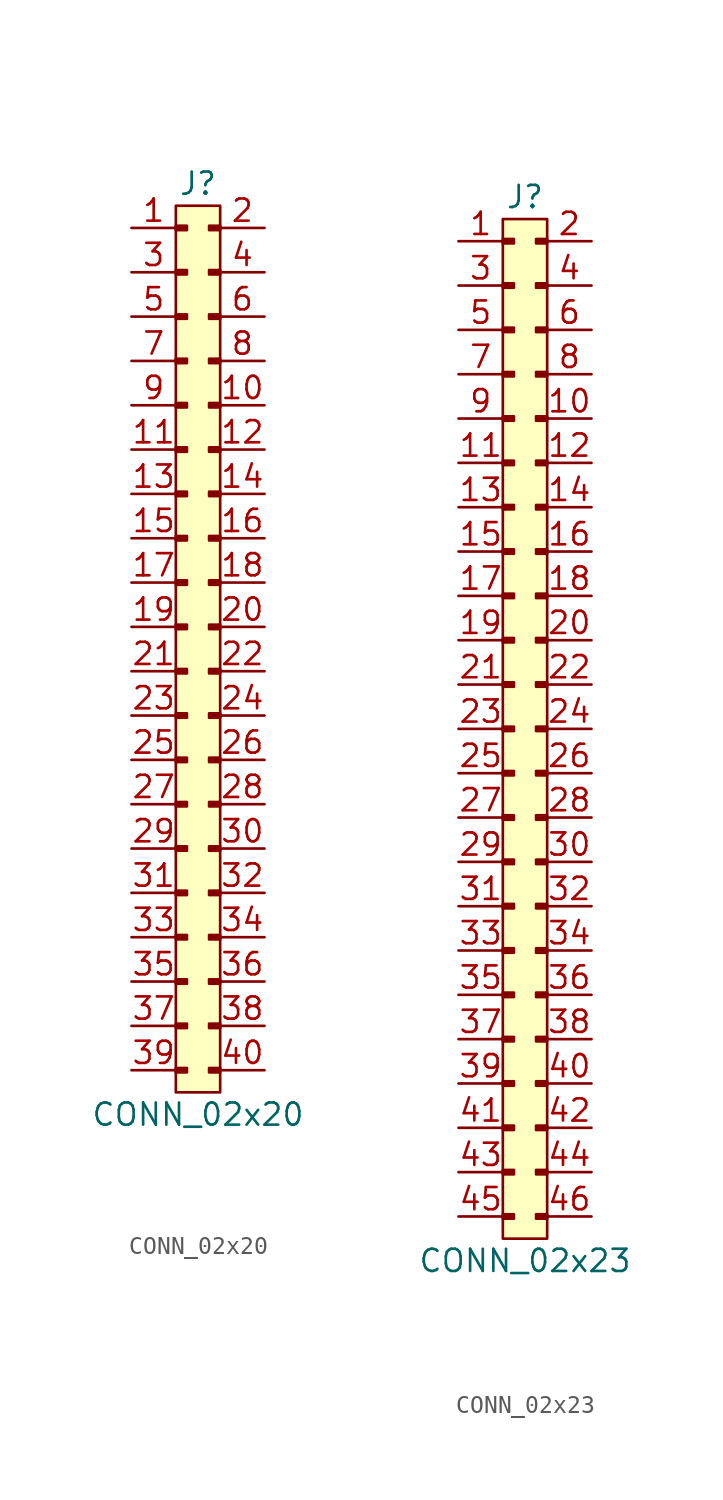
<source format=kicad_sym>
(kicad_symbol_lib
  (version 20211014)
  (generator agg_kicad.build_lib_connector)
  (symbol "CONN_02x20"
    (pin_names hide)
    (property Reference J
      (at -1.27 2.54 0)
      (effects (font (size 1.27 1.27))))
    (property Value "CONN_02x20"
      (at -1.27 -50.8 0)
      (effects (font (size 1.27 1.27))))
    (rectangle
      (start 0 -49.53)
      (end -2.54 1.27)
      (stroke (width 0) (type default) (color 0 0 0 0))
      (fill (type background)))
    (rectangle
      (start 0 0.127)
      (end -0.635 -0.127)
      (stroke (width 0) (type default) (color 0 0 0 0))
      (fill (type outline)))
    (rectangle
      (start -2.54 0.127)
      (end -1.905 -0.127)
      (stroke (width 0) (type default) (color 0 0 0 0))
      (fill (type outline)))
    (rectangle
      (start 0 -2.413)
      (end -0.635 -2.667)
      (stroke (width 0) (type default) (color 0 0 0 0))
      (fill (type outline)))
    (rectangle
      (start -2.54 -2.413)
      (end -1.905 -2.667)
      (stroke (width 0) (type default) (color 0 0 0 0))
      (fill (type outline)))
    (rectangle
      (start 0 -4.953)
      (end -0.635 -5.207)
      (stroke (width 0) (type default) (color 0 0 0 0))
      (fill (type outline)))
    (rectangle
      (start -2.54 -4.953)
      (end -1.905 -5.207)
      (stroke (width 0) (type default) (color 0 0 0 0))
      (fill (type outline)))
    (rectangle
      (start 0 -7.493)
      (end -0.635 -7.747)
      (stroke (width 0) (type default) (color 0 0 0 0))
      (fill (type outline)))
    (rectangle
      (start -2.54 -7.493)
      (end -1.905 -7.747)
      (stroke (width 0) (type default) (color 0 0 0 0))
      (fill (type outline)))
    (rectangle
      (start 0 -10.033)
      (end -0.635 -10.287)
      (stroke (width 0) (type default) (color 0 0 0 0))
      (fill (type outline)))
    (rectangle
      (start -2.54 -10.033)
      (end -1.905 -10.287)
      (stroke (width 0) (type default) (color 0 0 0 0))
      (fill (type outline)))
    (rectangle
      (start 0 -12.573)
      (end -0.635 -12.827)
      (stroke (width 0) (type default) (color 0 0 0 0))
      (fill (type outline)))
    (rectangle
      (start -2.54 -12.573)
      (end -1.905 -12.827)
      (stroke (width 0) (type default) (color 0 0 0 0))
      (fill (type outline)))
    (rectangle
      (start 0 -15.113)
      (end -0.635 -15.367)
      (stroke (width 0) (type default) (color 0 0 0 0))
      (fill (type outline)))
    (rectangle
      (start -2.54 -15.113)
      (end -1.905 -15.367)
      (stroke (width 0) (type default) (color 0 0 0 0))
      (fill (type outline)))
    (rectangle
      (start 0 -17.653)
      (end -0.635 -17.907)
      (stroke (width 0) (type default) (color 0 0 0 0))
      (fill (type outline)))
    (rectangle
      (start -2.54 -17.653)
      (end -1.905 -17.907)
      (stroke (width 0) (type default) (color 0 0 0 0))
      (fill (type outline)))
    (rectangle
      (start 0 -20.193)
      (end -0.635 -20.447)
      (stroke (width 0) (type default) (color 0 0 0 0))
      (fill (type outline)))
    (rectangle
      (start -2.54 -20.193)
      (end -1.905 -20.447)
      (stroke (width 0) (type default) (color 0 0 0 0))
      (fill (type outline)))
    (rectangle
      (start 0 -22.733)
      (end -0.635 -22.987)
      (stroke (width 0) (type default) (color 0 0 0 0))
      (fill (type outline)))
    (rectangle
      (start -2.54 -22.733)
      (end -1.905 -22.987)
      (stroke (width 0) (type default) (color 0 0 0 0))
      (fill (type outline)))
    (rectangle
      (start 0 -25.273)
      (end -0.635 -25.527)
      (stroke (width 0) (type default) (color 0 0 0 0))
      (fill (type outline)))
    (rectangle
      (start -2.54 -25.273)
      (end -1.905 -25.527)
      (stroke (width 0) (type default) (color 0 0 0 0))
      (fill (type outline)))
    (rectangle
      (start 0 -27.813)
      (end -0.635 -28.067)
      (stroke (width 0) (type default) (color 0 0 0 0))
      (fill (type outline)))
    (rectangle
      (start -2.54 -27.813)
      (end -1.905 -28.067)
      (stroke (width 0) (type default) (color 0 0 0 0))
      (fill (type outline)))
    (rectangle
      (start 0 -30.353)
      (end -0.635 -30.607)
      (stroke (width 0) (type default) (color 0 0 0 0))
      (fill (type outline)))
    (rectangle
      (start -2.54 -30.353)
      (end -1.905 -30.607)
      (stroke (width 0) (type default) (color 0 0 0 0))
      (fill (type outline)))
    (rectangle
      (start 0 -32.893)
      (end -0.635 -33.147)
      (stroke (width 0) (type default) (color 0 0 0 0))
      (fill (type outline)))
    (rectangle
      (start -2.54 -32.893)
      (end -1.905 -33.147)
      (stroke (width 0) (type default) (color 0 0 0 0))
      (fill (type outline)))
    (rectangle
      (start 0 -35.433)
      (end -0.635 -35.687)
      (stroke (width 0) (type default) (color 0 0 0 0))
      (fill (type outline)))
    (rectangle
      (start -2.54 -35.433)
      (end -1.905 -35.687)
      (stroke (width 0) (type default) (color 0 0 0 0))
      (fill (type outline)))
    (rectangle
      (start 0 -37.973)
      (end -0.635 -38.227)
      (stroke (width 0) (type default) (color 0 0 0 0))
      (fill (type outline)))
    (rectangle
      (start -2.54 -37.973)
      (end -1.905 -38.227)
      (stroke (width 0) (type default) (color 0 0 0 0))
      (fill (type outline)))
    (rectangle
      (start 0 -40.513)
      (end -0.635 -40.767)
      (stroke (width 0) (type default) (color 0 0 0 0))
      (fill (type outline)))
    (rectangle
      (start -2.54 -40.513)
      (end -1.905 -40.767)
      (stroke (width 0) (type default) (color 0 0 0 0))
      (fill (type outline)))
    (rectangle
      (start 0 -43.053)
      (end -0.635 -43.307)
      (stroke (width 0) (type default) (color 0 0 0 0))
      (fill (type outline)))
    (rectangle
      (start -2.54 -43.053)
      (end -1.905 -43.307)
      (stroke (width 0) (type default) (color 0 0 0 0))
      (fill (type outline)))
    (rectangle
      (start 0 -45.593)
      (end -0.635 -45.847)
      (stroke (width 0) (type default) (color 0 0 0 0))
      (fill (type outline)))
    (rectangle
      (start -2.54 -45.593)
      (end -1.905 -45.847)
      (stroke (width 0) (type default) (color 0 0 0 0))
      (fill (type outline)))
    (rectangle
      (start 0 -48.133)
      (end -0.635 -48.387)
      (stroke (width 0) (type default) (color 0 0 0 0))
      (fill (type outline)))
    (rectangle
      (start -2.54 -48.133)
      (end -1.905 -48.387)
      (stroke (width 0) (type default) (color 0 0 0 0))
      (fill (type outline)))
    (pin passive line
      (at 2.54 0 180)
      (length 2.54)
      (name "2" (effects (font (size 1.27 1.27))))
      (number "2" (effects (font (size 1.27 1.27)))))
    (pin passive line
      (at -5.08 0 0)
      (length 2.54)
      (name "1" (effects (font (size 1.27 1.27))))
      (number "1" (effects (font (size 1.27 1.27)))))
    (pin passive line
      (at 2.54 -2.54 180)
      (length 2.54)
      (name "4" (effects (font (size 1.27 1.27))))
      (number "4" (effects (font (size 1.27 1.27)))))
    (pin passive line
      (at -5.08 -2.54 0)
      (length 2.54)
      (name "3" (effects (font (size 1.27 1.27))))
      (number "3" (effects (font (size 1.27 1.27)))))
    (pin passive line
      (at 2.54 -5.08 180)
      (length 2.54)
      (name "6" (effects (font (size 1.27 1.27))))
      (number "6" (effects (font (size 1.27 1.27)))))
    (pin passive line
      (at -5.08 -5.08 0)
      (length 2.54)
      (name "5" (effects (font (size 1.27 1.27))))
      (number "5" (effects (font (size 1.27 1.27)))))
    (pin passive line
      (at 2.54 -7.62 180)
      (length 2.54)
      (name "8" (effects (font (size 1.27 1.27))))
      (number "8" (effects (font (size 1.27 1.27)))))
    (pin passive line
      (at -5.08 -7.62 0)
      (length 2.54)
      (name "7" (effects (font (size 1.27 1.27))))
      (number "7" (effects (font (size 1.27 1.27)))))
    (pin passive line
      (at 2.54 -10.16 180)
      (length 2.54)
      (name "10" (effects (font (size 1.27 1.27))))
      (number "10" (effects (font (size 1.27 1.27)))))
    (pin passive line
      (at -5.08 -10.16 0)
      (length 2.54)
      (name "9" (effects (font (size 1.27 1.27))))
      (number "9" (effects (font (size 1.27 1.27)))))
    (pin passive line
      (at 2.54 -12.7 180)
      (length 2.54)
      (name "12" (effects (font (size 1.27 1.27))))
      (number "12" (effects (font (size 1.27 1.27)))))
    (pin passive line
      (at -5.08 -12.7 0)
      (length 2.54)
      (name "11" (effects (font (size 1.27 1.27))))
      (number "11" (effects (font (size 1.27 1.27)))))
    (pin passive line
      (at 2.54 -15.24 180)
      (length 2.54)
      (name "14" (effects (font (size 1.27 1.27))))
      (number "14" (effects (font (size 1.27 1.27)))))
    (pin passive line
      (at -5.08 -15.24 0)
      (length 2.54)
      (name "13" (effects (font (size 1.27 1.27))))
      (number "13" (effects (font (size 1.27 1.27)))))
    (pin passive line
      (at 2.54 -17.78 180)
      (length 2.54)
      (name "16" (effects (font (size 1.27 1.27))))
      (number "16" (effects (font (size 1.27 1.27)))))
    (pin passive line
      (at -5.08 -17.78 0)
      (length 2.54)
      (name "15" (effects (font (size 1.27 1.27))))
      (number "15" (effects (font (size 1.27 1.27)))))
    (pin passive line
      (at 2.54 -20.32 180)
      (length 2.54)
      (name "18" (effects (font (size 1.27 1.27))))
      (number "18" (effects (font (size 1.27 1.27)))))
    (pin passive line
      (at -5.08 -20.32 0)
      (length 2.54)
      (name "17" (effects (font (size 1.27 1.27))))
      (number "17" (effects (font (size 1.27 1.27)))))
    (pin passive line
      (at 2.54 -22.86 180)
      (length 2.54)
      (name "20" (effects (font (size 1.27 1.27))))
      (number "20" (effects (font (size 1.27 1.27)))))
    (pin passive line
      (at -5.08 -22.86 0)
      (length 2.54)
      (name "19" (effects (font (size 1.27 1.27))))
      (number "19" (effects (font (size 1.27 1.27)))))
    (pin passive line
      (at 2.54 -25.4 180)
      (length 2.54)
      (name "22" (effects (font (size 1.27 1.27))))
      (number "22" (effects (font (size 1.27 1.27)))))
    (pin passive line
      (at -5.08 -25.4 0)
      (length 2.54)
      (name "21" (effects (font (size 1.27 1.27))))
      (number "21" (effects (font (size 1.27 1.27)))))
    (pin passive line
      (at 2.54 -27.94 180)
      (length 2.54)
      (name "24" (effects (font (size 1.27 1.27))))
      (number "24" (effects (font (size 1.27 1.27)))))
    (pin passive line
      (at -5.08 -27.94 0)
      (length 2.54)
      (name "23" (effects (font (size 1.27 1.27))))
      (number "23" (effects (font (size 1.27 1.27)))))
    (pin passive line
      (at 2.54 -30.48 180)
      (length 2.54)
      (name "26" (effects (font (size 1.27 1.27))))
      (number "26" (effects (font (size 1.27 1.27)))))
    (pin passive line
      (at -5.08 -30.48 0)
      (length 2.54)
      (name "25" (effects (font (size 1.27 1.27))))
      (number "25" (effects (font (size 1.27 1.27)))))
    (pin passive line
      (at 2.54 -33.02 180)
      (length 2.54)
      (name "28" (effects (font (size 1.27 1.27))))
      (number "28" (effects (font (size 1.27 1.27)))))
    (pin passive line
      (at -5.08 -33.02 0)
      (length 2.54)
      (name "27" (effects (font (size 1.27 1.27))))
      (number "27" (effects (font (size 1.27 1.27)))))
    (pin passive line
      (at 2.54 -35.56 180)
      (length 2.54)
      (name "30" (effects (font (size 1.27 1.27))))
      (number "30" (effects (font (size 1.27 1.27)))))
    (pin passive line
      (at -5.08 -35.56 0)
      (length 2.54)
      (name "29" (effects (font (size 1.27 1.27))))
      (number "29" (effects (font (size 1.27 1.27)))))
    (pin passive line
      (at 2.54 -38.1 180)
      (length 2.54)
      (name "32" (effects (font (size 1.27 1.27))))
      (number "32" (effects (font (size 1.27 1.27)))))
    (pin passive line
      (at -5.08 -38.1 0)
      (length 2.54)
      (name "31" (effects (font (size 1.27 1.27))))
      (number "31" (effects (font (size 1.27 1.27)))))
    (pin passive line
      (at 2.54 -40.64 180)
      (length 2.54)
      (name "34" (effects (font (size 1.27 1.27))))
      (number "34" (effects (font (size 1.27 1.27)))))
    (pin passive line
      (at -5.08 -40.64 0)
      (length 2.54)
      (name "33" (effects (font (size 1.27 1.27))))
      (number "33" (effects (font (size 1.27 1.27)))))
    (pin passive line
      (at 2.54 -43.18 180)
      (length 2.54)
      (name "36" (effects (font (size 1.27 1.27))))
      (number "36" (effects (font (size 1.27 1.27)))))
    (pin passive line
      (at -5.08 -43.18 0)
      (length 2.54)
      (name "35" (effects (font (size 1.27 1.27))))
      (number "35" (effects (font (size 1.27 1.27)))))
    (pin passive line
      (at 2.54 -45.72 180)
      (length 2.54)
      (name "38" (effects (font (size 1.27 1.27))))
      (number "38" (effects (font (size 1.27 1.27)))))
    (pin passive line
      (at -5.08 -45.72 0)
      (length 2.54)
      (name "37" (effects (font (size 1.27 1.27))))
      (number "37" (effects (font (size 1.27 1.27)))))
    (pin passive line
      (at 2.54 -48.26 180)
      (length 2.54)
      (name "40" (effects (font (size 1.27 1.27))))
      (number "40" (effects (font (size 1.27 1.27)))))
    (pin passive line
      (at -5.08 -48.26 0)
      (length 2.54)
      (name "39" (effects (font (size 1.27 1.27))))
      (number "39" (effects (font (size 1.27 1.27))))))
  (symbol "CONN_02x23"
    (pin_names hide)
    (property Reference J
      (at -1.27 2.54 0)
      (effects (font (size 1.27 1.27))))
    (property Value "CONN_02x23"
      (at -1.27 -58.42 0)
      (effects (font (size 1.27 1.27))))
    (rectangle
      (start 0 -57.15)
      (end -2.54 1.27)
      (stroke (width 0) (type default) (color 0 0 0 0))
      (fill (type background)))
    (rectangle
      (start 0 0.127)
      (end -0.635 -0.127)
      (stroke (width 0) (type default) (color 0 0 0 0))
      (fill (type outline)))
    (rectangle
      (start -2.54 0.127)
      (end -1.905 -0.127)
      (stroke (width 0) (type default) (color 0 0 0 0))
      (fill (type outline)))
    (rectangle
      (start 0 -2.413)
      (end -0.635 -2.667)
      (stroke (width 0) (type default) (color 0 0 0 0))
      (fill (type outline)))
    (rectangle
      (start -2.54 -2.413)
      (end -1.905 -2.667)
      (stroke (width 0) (type default) (color 0 0 0 0))
      (fill (type outline)))
    (rectangle
      (start 0 -4.953)
      (end -0.635 -5.207)
      (stroke (width 0) (type default) (color 0 0 0 0))
      (fill (type outline)))
    (rectangle
      (start -2.54 -4.953)
      (end -1.905 -5.207)
      (stroke (width 0) (type default) (color 0 0 0 0))
      (fill (type outline)))
    (rectangle
      (start 0 -7.493)
      (end -0.635 -7.747)
      (stroke (width 0) (type default) (color 0 0 0 0))
      (fill (type outline)))
    (rectangle
      (start -2.54 -7.493)
      (end -1.905 -7.747)
      (stroke (width 0) (type default) (color 0 0 0 0))
      (fill (type outline)))
    (rectangle
      (start 0 -10.033)
      (end -0.635 -10.287)
      (stroke (width 0) (type default) (color 0 0 0 0))
      (fill (type outline)))
    (rectangle
      (start -2.54 -10.033)
      (end -1.905 -10.287)
      (stroke (width 0) (type default) (color 0 0 0 0))
      (fill (type outline)))
    (rectangle
      (start 0 -12.573)
      (end -0.635 -12.827)
      (stroke (width 0) (type default) (color 0 0 0 0))
      (fill (type outline)))
    (rectangle
      (start -2.54 -12.573)
      (end -1.905 -12.827)
      (stroke (width 0) (type default) (color 0 0 0 0))
      (fill (type outline)))
    (rectangle
      (start 0 -15.113)
      (end -0.635 -15.367)
      (stroke (width 0) (type default) (color 0 0 0 0))
      (fill (type outline)))
    (rectangle
      (start -2.54 -15.113)
      (end -1.905 -15.367)
      (stroke (width 0) (type default) (color 0 0 0 0))
      (fill (type outline)))
    (rectangle
      (start 0 -17.653)
      (end -0.635 -17.907)
      (stroke (width 0) (type default) (color 0 0 0 0))
      (fill (type outline)))
    (rectangle
      (start -2.54 -17.653)
      (end -1.905 -17.907)
      (stroke (width 0) (type default) (color 0 0 0 0))
      (fill (type outline)))
    (rectangle
      (start 0 -20.193)
      (end -0.635 -20.447)
      (stroke (width 0) (type default) (color 0 0 0 0))
      (fill (type outline)))
    (rectangle
      (start -2.54 -20.193)
      (end -1.905 -20.447)
      (stroke (width 0) (type default) (color 0 0 0 0))
      (fill (type outline)))
    (rectangle
      (start 0 -22.733)
      (end -0.635 -22.987)
      (stroke (width 0) (type default) (color 0 0 0 0))
      (fill (type outline)))
    (rectangle
      (start -2.54 -22.733)
      (end -1.905 -22.987)
      (stroke (width 0) (type default) (color 0 0 0 0))
      (fill (type outline)))
    (rectangle
      (start 0 -25.273)
      (end -0.635 -25.527)
      (stroke (width 0) (type default) (color 0 0 0 0))
      (fill (type outline)))
    (rectangle
      (start -2.54 -25.273)
      (end -1.905 -25.527)
      (stroke (width 0) (type default) (color 0 0 0 0))
      (fill (type outline)))
    (rectangle
      (start 0 -27.813)
      (end -0.635 -28.067)
      (stroke (width 0) (type default) (color 0 0 0 0))
      (fill (type outline)))
    (rectangle
      (start -2.54 -27.813)
      (end -1.905 -28.067)
      (stroke (width 0) (type default) (color 0 0 0 0))
      (fill (type outline)))
    (rectangle
      (start 0 -30.353)
      (end -0.635 -30.607)
      (stroke (width 0) (type default) (color 0 0 0 0))
      (fill (type outline)))
    (rectangle
      (start -2.54 -30.353)
      (end -1.905 -30.607)
      (stroke (width 0) (type default) (color 0 0 0 0))
      (fill (type outline)))
    (rectangle
      (start 0 -32.893)
      (end -0.635 -33.147)
      (stroke (width 0) (type default) (color 0 0 0 0))
      (fill (type outline)))
    (rectangle
      (start -2.54 -32.893)
      (end -1.905 -33.147)
      (stroke (width 0) (type default) (color 0 0 0 0))
      (fill (type outline)))
    (rectangle
      (start 0 -35.433)
      (end -0.635 -35.687)
      (stroke (width 0) (type default) (color 0 0 0 0))
      (fill (type outline)))
    (rectangle
      (start -2.54 -35.433)
      (end -1.905 -35.687)
      (stroke (width 0) (type default) (color 0 0 0 0))
      (fill (type outline)))
    (rectangle
      (start 0 -37.973)
      (end -0.635 -38.227)
      (stroke (width 0) (type default) (color 0 0 0 0))
      (fill (type outline)))
    (rectangle
      (start -2.54 -37.973)
      (end -1.905 -38.227)
      (stroke (width 0) (type default) (color 0 0 0 0))
      (fill (type outline)))
    (rectangle
      (start 0 -40.513)
      (end -0.635 -40.767)
      (stroke (width 0) (type default) (color 0 0 0 0))
      (fill (type outline)))
    (rectangle
      (start -2.54 -40.513)
      (end -1.905 -40.767)
      (stroke (width 0) (type default) (color 0 0 0 0))
      (fill (type outline)))
    (rectangle
      (start 0 -43.053)
      (end -0.635 -43.307)
      (stroke (width 0) (type default) (color 0 0 0 0))
      (fill (type outline)))
    (rectangle
      (start -2.54 -43.053)
      (end -1.905 -43.307)
      (stroke (width 0) (type default) (color 0 0 0 0))
      (fill (type outline)))
    (rectangle
      (start 0 -45.593)
      (end -0.635 -45.847)
      (stroke (width 0) (type default) (color 0 0 0 0))
      (fill (type outline)))
    (rectangle
      (start -2.54 -45.593)
      (end -1.905 -45.847)
      (stroke (width 0) (type default) (color 0 0 0 0))
      (fill (type outline)))
    (rectangle
      (start 0 -48.133)
      (end -0.635 -48.387)
      (stroke (width 0) (type default) (color 0 0 0 0))
      (fill (type outline)))
    (rectangle
      (start -2.54 -48.133)
      (end -1.905 -48.387)
      (stroke (width 0) (type default) (color 0 0 0 0))
      (fill (type outline)))
    (rectangle
      (start 0 -50.673)
      (end -0.635 -50.927)
      (stroke (width 0) (type default) (color 0 0 0 0))
      (fill (type outline)))
    (rectangle
      (start -2.54 -50.673)
      (end -1.905 -50.927)
      (stroke (width 0) (type default) (color 0 0 0 0))
      (fill (type outline)))
    (rectangle
      (start 0 -53.213)
      (end -0.635 -53.467)
      (stroke (width 0) (type default) (color 0 0 0 0))
      (fill (type outline)))
    (rectangle
      (start -2.54 -53.213)
      (end -1.905 -53.467)
      (stroke (width 0) (type default) (color 0 0 0 0))
      (fill (type outline)))
    (rectangle
      (start 0 -55.753)
      (end -0.635 -56.007)
      (stroke (width 0) (type default) (color 0 0 0 0))
      (fill (type outline)))
    (rectangle
      (start -2.54 -55.753)
      (end -1.905 -56.007)
      (stroke (width 0) (type default) (color 0 0 0 0))
      (fill (type outline)))
    (pin passive line
      (at 2.54 0 180)
      (length 2.54)
      (name "2" (effects (font (size 1.27 1.27))))
      (number "2" (effects (font (size 1.27 1.27)))))
    (pin passive line
      (at -5.08 0 0)
      (length 2.54)
      (name "1" (effects (font (size 1.27 1.27))))
      (number "1" (effects (font (size 1.27 1.27)))))
    (pin passive line
      (at 2.54 -2.54 180)
      (length 2.54)
      (name "4" (effects (font (size 1.27 1.27))))
      (number "4" (effects (font (size 1.27 1.27)))))
    (pin passive line
      (at -5.08 -2.54 0)
      (length 2.54)
      (name "3" (effects (font (size 1.27 1.27))))
      (number "3" (effects (font (size 1.27 1.27)))))
    (pin passive line
      (at 2.54 -5.08 180)
      (length 2.54)
      (name "6" (effects (font (size 1.27 1.27))))
      (number "6" (effects (font (size 1.27 1.27)))))
    (pin passive line
      (at -5.08 -5.08 0)
      (length 2.54)
      (name "5" (effects (font (size 1.27 1.27))))
      (number "5" (effects (font (size 1.27 1.27)))))
    (pin passive line
      (at 2.54 -7.62 180)
      (length 2.54)
      (name "8" (effects (font (size 1.27 1.27))))
      (number "8" (effects (font (size 1.27 1.27)))))
    (pin passive line
      (at -5.08 -7.62 0)
      (length 2.54)
      (name "7" (effects (font (size 1.27 1.27))))
      (number "7" (effects (font (size 1.27 1.27)))))
    (pin passive line
      (at 2.54 -10.16 180)
      (length 2.54)
      (name "10" (effects (font (size 1.27 1.27))))
      (number "10" (effects (font (size 1.27 1.27)))))
    (pin passive line
      (at -5.08 -10.16 0)
      (length 2.54)
      (name "9" (effects (font (size 1.27 1.27))))
      (number "9" (effects (font (size 1.27 1.27)))))
    (pin passive line
      (at 2.54 -12.7 180)
      (length 2.54)
      (name "12" (effects (font (size 1.27 1.27))))
      (number "12" (effects (font (size 1.27 1.27)))))
    (pin passive line
      (at -5.08 -12.7 0)
      (length 2.54)
      (name "11" (effects (font (size 1.27 1.27))))
      (number "11" (effects (font (size 1.27 1.27)))))
    (pin passive line
      (at 2.54 -15.24 180)
      (length 2.54)
      (name "14" (effects (font (size 1.27 1.27))))
      (number "14" (effects (font (size 1.27 1.27)))))
    (pin passive line
      (at -5.08 -15.24 0)
      (length 2.54)
      (name "13" (effects (font (size 1.27 1.27))))
      (number "13" (effects (font (size 1.27 1.27)))))
    (pin passive line
      (at 2.54 -17.78 180)
      (length 2.54)
      (name "16" (effects (font (size 1.27 1.27))))
      (number "16" (effects (font (size 1.27 1.27)))))
    (pin passive line
      (at -5.08 -17.78 0)
      (length 2.54)
      (name "15" (effects (font (size 1.27 1.27))))
      (number "15" (effects (font (size 1.27 1.27)))))
    (pin passive line
      (at 2.54 -20.32 180)
      (length 2.54)
      (name "18" (effects (font (size 1.27 1.27))))
      (number "18" (effects (font (size 1.27 1.27)))))
    (pin passive line
      (at -5.08 -20.32 0)
      (length 2.54)
      (name "17" (effects (font (size 1.27 1.27))))
      (number "17" (effects (font (size 1.27 1.27)))))
    (pin passive line
      (at 2.54 -22.86 180)
      (length 2.54)
      (name "20" (effects (font (size 1.27 1.27))))
      (number "20" (effects (font (size 1.27 1.27)))))
    (pin passive line
      (at -5.08 -22.86 0)
      (length 2.54)
      (name "19" (effects (font (size 1.27 1.27))))
      (number "19" (effects (font (size 1.27 1.27)))))
    (pin passive line
      (at 2.54 -25.4 180)
      (length 2.54)
      (name "22" (effects (font (size 1.27 1.27))))
      (number "22" (effects (font (size 1.27 1.27)))))
    (pin passive line
      (at -5.08 -25.4 0)
      (length 2.54)
      (name "21" (effects (font (size 1.27 1.27))))
      (number "21" (effects (font (size 1.27 1.27)))))
    (pin passive line
      (at 2.54 -27.94 180)
      (length 2.54)
      (name "24" (effects (font (size 1.27 1.27))))
      (number "24" (effects (font (size 1.27 1.27)))))
    (pin passive line
      (at -5.08 -27.94 0)
      (length 2.54)
      (name "23" (effects (font (size 1.27 1.27))))
      (number "23" (effects (font (size 1.27 1.27)))))
    (pin passive line
      (at 2.54 -30.48 180)
      (length 2.54)
      (name "26" (effects (font (size 1.27 1.27))))
      (number "26" (effects (font (size 1.27 1.27)))))
    (pin passive line
      (at -5.08 -30.48 0)
      (length 2.54)
      (name "25" (effects (font (size 1.27 1.27))))
      (number "25" (effects (font (size 1.27 1.27)))))
    (pin passive line
      (at 2.54 -33.02 180)
      (length 2.54)
      (name "28" (effects (font (size 1.27 1.27))))
      (number "28" (effects (font (size 1.27 1.27)))))
    (pin passive line
      (at -5.08 -33.02 0)
      (length 2.54)
      (name "27" (effects (font (size 1.27 1.27))))
      (number "27" (effects (font (size 1.27 1.27)))))
    (pin passive line
      (at 2.54 -35.56 180)
      (length 2.54)
      (name "30" (effects (font (size 1.27 1.27))))
      (number "30" (effects (font (size 1.27 1.27)))))
    (pin passive line
      (at -5.08 -35.56 0)
      (length 2.54)
      (name "29" (effects (font (size 1.27 1.27))))
      (number "29" (effects (font (size 1.27 1.27)))))
    (pin passive line
      (at 2.54 -38.1 180)
      (length 2.54)
      (name "32" (effects (font (size 1.27 1.27))))
      (number "32" (effects (font (size 1.27 1.27)))))
    (pin passive line
      (at -5.08 -38.1 0)
      (length 2.54)
      (name "31" (effects (font (size 1.27 1.27))))
      (number "31" (effects (font (size 1.27 1.27)))))
    (pin passive line
      (at 2.54 -40.64 180)
      (length 2.54)
      (name "34" (effects (font (size 1.27 1.27))))
      (number "34" (effects (font (size 1.27 1.27)))))
    (pin passive line
      (at -5.08 -40.64 0)
      (length 2.54)
      (name "33" (effects (font (size 1.27 1.27))))
      (number "33" (effects (font (size 1.27 1.27)))))
    (pin passive line
      (at 2.54 -43.18 180)
      (length 2.54)
      (name "36" (effects (font (size 1.27 1.27))))
      (number "36" (effects (font (size 1.27 1.27)))))
    (pin passive line
      (at -5.08 -43.18 0)
      (length 2.54)
      (name "35" (effects (font (size 1.27 1.27))))
      (number "35" (effects (font (size 1.27 1.27)))))
    (pin passive line
      (at 2.54 -45.72 180)
      (length 2.54)
      (name "38" (effects (font (size 1.27 1.27))))
      (number "38" (effects (font (size 1.27 1.27)))))
    (pin passive line
      (at -5.08 -45.72 0)
      (length 2.54)
      (name "37" (effects (font (size 1.27 1.27))))
      (number "37" (effects (font (size 1.27 1.27)))))
    (pin passive line
      (at 2.54 -48.26 180)
      (length 2.54)
      (name "40" (effects (font (size 1.27 1.27))))
      (number "40" (effects (font (size 1.27 1.27)))))
    (pin passive line
      (at -5.08 -48.26 0)
      (length 2.54)
      (name "39" (effects (font (size 1.27 1.27))))
      (number "39" (effects (font (size 1.27 1.27)))))
    (pin passive line
      (at 2.54 -50.8 180)
      (length 2.54)
      (name "42" (effects (font (size 1.27 1.27))))
      (number "42" (effects (font (size 1.27 1.27)))))
    (pin passive line
      (at -5.08 -50.8 0)
      (length 2.54)
      (name "41" (effects (font (size 1.27 1.27))))
      (number "41" (effects (font (size 1.27 1.27)))))
    (pin passive line
      (at 2.54 -53.34 180)
      (length 2.54)
      (name "44" (effects (font (size 1.27 1.27))))
      (number "44" (effects (font (size 1.27 1.27)))))
    (pin passive line
      (at -5.08 -53.34 0)
      (length 2.54)
      (name "43" (effects (font (size 1.27 1.27))))
      (number "43" (effects (font (size 1.27 1.27)))))
    (pin passive line
      (at 2.54 -55.88 180)
      (length 2.54)
      (name "46" (effects (font (size 1.27 1.27))))
      (number "46" (effects (font (size 1.27 1.27)))))
    (pin passive line
      (at -5.08 -55.88 0)
      (length 2.54)
      (name "45" (effects (font (size 1.27 1.27))))
      (number "45" (effects (font (size 1.27 1.27)))))))
</source>
